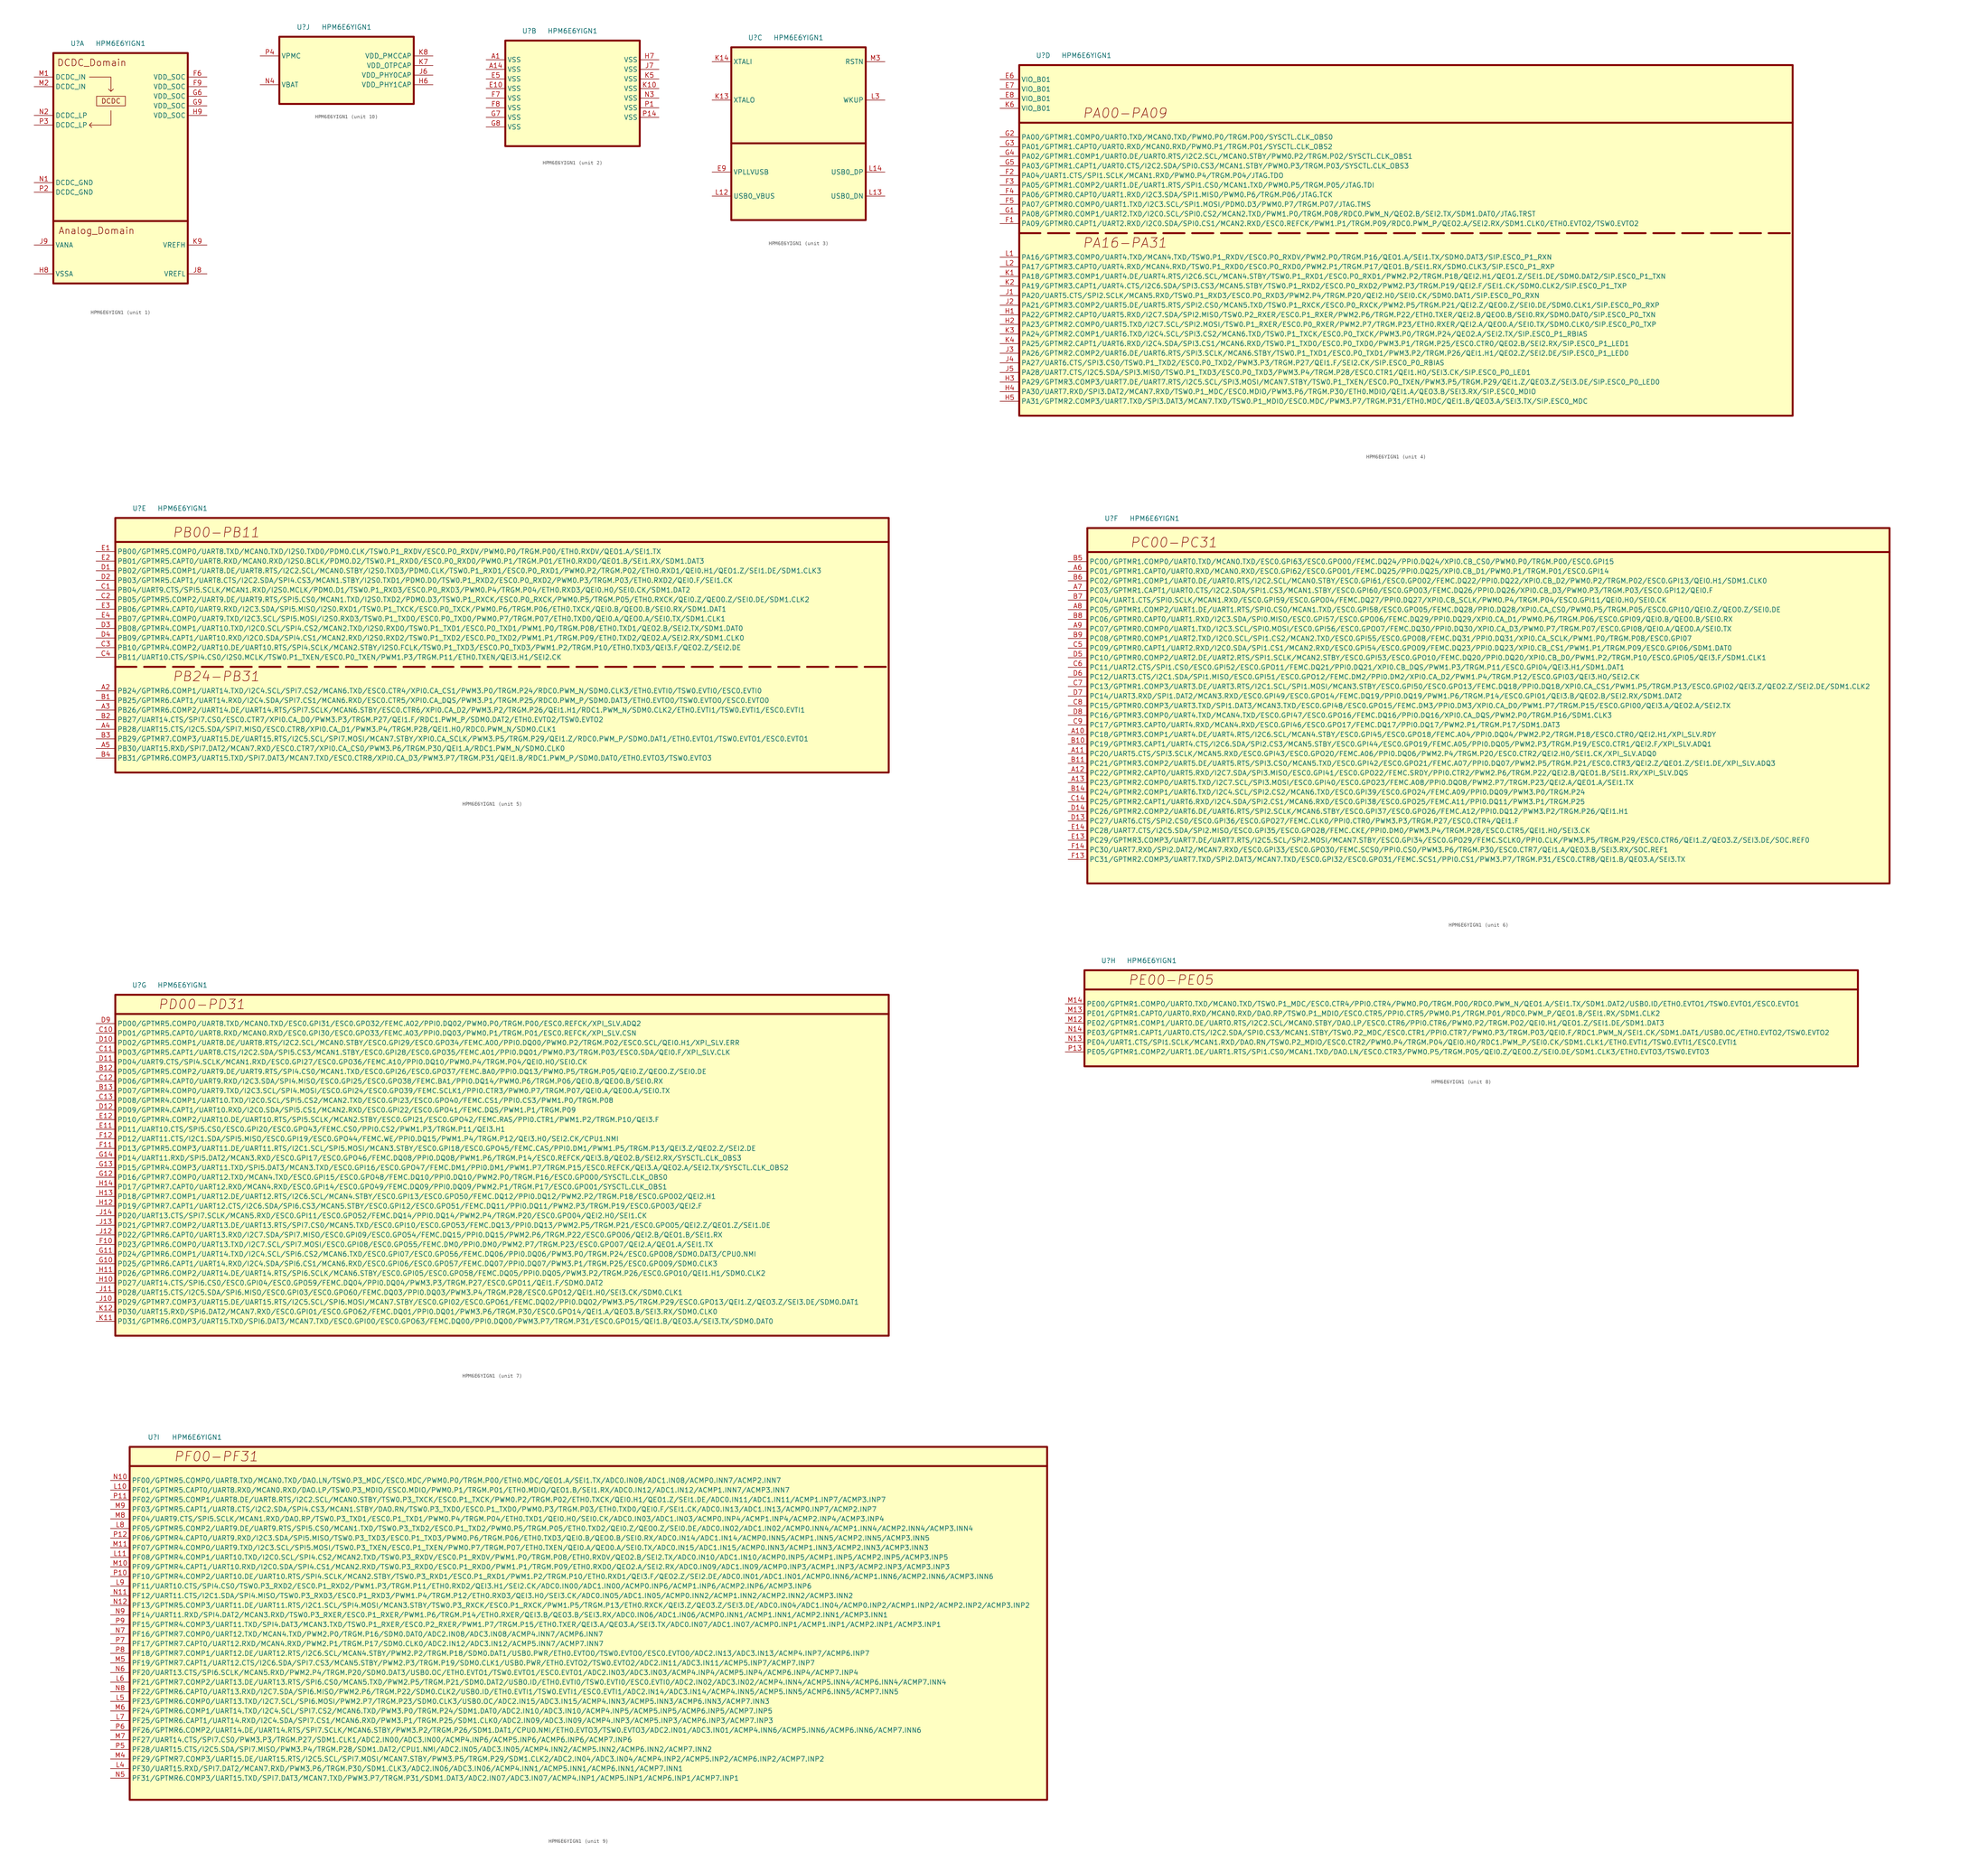
<source format=kicad_sym>
(kicad_symbol_lib
  (version 20220914)
  (generator kicad_symbol_editor)
  (symbol "HPM6E6YIGN1"
    (property "Reference" "U"
      (at 6.35 2.54 0)
      (effects (font (size 1.27 1.27))))
    (property "Value" "HPM6E6YIGN1"
      (at 17.78 2.54 0)
      (effects (font (size 1.27 1.27))))
    (property "ki_locked" ""
      (at 0 0 0)
      (effects (font (size 1.27 1.27))))
    (symbol "HPM6E6YIGN1_1_1"
      (polyline (pts (xy 0 -44.45) (xy 35.56 -44.45)) (stroke (width 0.508) (type default)) (fill (type none)))
      (polyline (pts (xy 9.525 -6.35) (xy 15.24 -6.35) (xy 15.24 -10.16) (xy 14.605 -9.525) (xy 15.24 -10.16) (xy 15.875 -9.525)) (stroke (width 0) (type default)) (fill (type none)))
      (polyline (pts (xy 15.24 -15.24) (xy 15.24 -19.05) (xy 9.525 -19.05) (xy 10.16 -18.415) (xy 9.525 -19.05) (xy 10.16 -19.685)) (stroke (width 0) (type default)) (fill (type none)))
      (rectangle (start 0 0) (end 35.56 -60.96) (stroke (width 0.508) (type default)) (fill (type background)))
      (rectangle (start 11.43 -11.43) (end 19.05 -13.97) (stroke (width 0) (type default)) (fill (type none)))
      (text "Analog_Domain" (at 11.43 -46.99 0) (effects (font (size 1.778 1.778))))
      (text "DCDC" (at 15.24 -12.7 0) (effects (font (size 1.27 1.27))))
      (text "DCDC_Domain" (at 10.16 -2.54 0) (effects (font (size 1.778 1.778))))
      (pin power_in line (at 40.64 -6.35 180) (length 5.08) (name "VDD_SOC" (effects (font (size 1.27 1.27)))) (number "F6" (effects (font (size 1.27 1.27)))))
      (pin power_in line (at 40.64 -8.89 180) (length 5.08) (name "VDD_SOC" (effects (font (size 1.27 1.27)))) (number "F9" (effects (font (size 1.27 1.27)))))
      (pin power_in line (at 40.64 -11.43 180) (length 5.08) (name "VDD_SOC" (effects (font (size 1.27 1.27)))) (number "G6" (effects (font (size 1.27 1.27)))))
      (pin power_in line (at 40.64 -13.97 180) (length 5.08) (name "VDD_SOC" (effects (font (size 1.27 1.27)))) (number "G9" (effects (font (size 1.27 1.27)))))
      (pin power_in line (at -5.08 -58.42 0) (length 5.08) (name "VSSA" (effects (font (size 1.27 1.27)))) (number "H8" (effects (font (size 1.27 1.27)))))
      (pin power_in line (at 40.64 -16.51 180) (length 5.08) (name "VDD_SOC" (effects (font (size 1.27 1.27)))) (number "H9" (effects (font (size 1.27 1.27)))))
      (pin power_in line (at 40.64 -58.42 180) (length 5.08) (name "VREFL" (effects (font (size 1.27 1.27)))) (number "J8" (effects (font (size 1.27 1.27)))))
      (pin power_in line (at -5.08 -50.8 0) (length 5.08) (name "VANA" (effects (font (size 1.27 1.27)))) (number "J9" (effects (font (size 1.27 1.27)))))
      (pin power_in line (at 40.64 -50.8 180) (length 5.08) (name "VREFH" (effects (font (size 1.27 1.27)))) (number "K9" (effects (font (size 1.27 1.27)))))
      (pin power_in line (at -5.08 -6.35 0) (length 5.08) (name "DCDC_IN" (effects (font (size 1.27 1.27)))) (number "M1" (effects (font (size 1.27 1.27)))))
      (pin power_in line (at -5.08 -8.89 0) (length 5.08) (name "DCDC_IN" (effects (font (size 1.27 1.27)))) (number "M2" (effects (font (size 1.27 1.27)))))
      (pin power_in line (at -5.08 -34.29 0) (length 5.08) (name "DCDC_GND" (effects (font (size 1.27 1.27)))) (number "N1" (effects (font (size 1.27 1.27)))))
      (pin power_in line (at -5.08 -16.51 0) (length 5.08) (name "DCDC_LP" (effects (font (size 1.27 1.27)))) (number "N2" (effects (font (size 1.27 1.27)))))
      (pin power_in line (at -5.08 -36.83 0) (length 5.08) (name "DCDC_GND" (effects (font (size 1.27 1.27)))) (number "P2" (effects (font (size 1.27 1.27)))))
      (pin power_in line (at -5.08 -19.05 0) (length 5.08) (name "DCDC_LP" (effects (font (size 1.27 1.27)))) (number "P3" (effects (font (size 1.27 1.27))))))
    (symbol "HPM6E6YIGN1_2_1"
      (rectangle (start 0 0) (end 35.56 -27.94) (stroke (width 0.508) (type default)) (fill (type background)))
      (pin power_in line (at -5.08 -5.08 0) (length 5.08) (name "VSS" (effects (font (size 1.27 1.27)))) (number "A1" (effects (font (size 1.27 1.27)))))
      (pin power_in line (at -5.08 -7.62 0) (length 5.08) (name "VSS" (effects (font (size 1.27 1.27)))) (number "A14" (effects (font (size 1.27 1.27)))))
      (pin power_in line (at -5.08 -12.7 0) (length 5.08) (name "VSS" (effects (font (size 1.27 1.27)))) (number "E10" (effects (font (size 1.27 1.27)))))
      (pin power_in line (at -5.08 -10.16 0) (length 5.08) (name "VSS" (effects (font (size 1.27 1.27)))) (number "E5" (effects (font (size 1.27 1.27)))))
      (pin power_in line (at -5.08 -15.24 0) (length 5.08) (name "VSS" (effects (font (size 1.27 1.27)))) (number "F7" (effects (font (size 1.27 1.27)))))
      (pin power_in line (at -5.08 -17.78 0) (length 5.08) (name "VSS" (effects (font (size 1.27 1.27)))) (number "F8" (effects (font (size 1.27 1.27)))))
      (pin power_in line (at -5.08 -20.32 0) (length 5.08) (name "VSS" (effects (font (size 1.27 1.27)))) (number "G7" (effects (font (size 1.27 1.27)))))
      (pin power_in line (at -5.08 -22.86 0) (length 5.08) (name "VSS" (effects (font (size 1.27 1.27)))) (number "G8" (effects (font (size 1.27 1.27)))))
      (pin power_in line (at 40.64 -5.08 180) (length 5.08) (name "VSS" (effects (font (size 1.27 1.27)))) (number "H7" (effects (font (size 1.27 1.27)))))
      (pin power_in line (at 40.64 -7.62 180) (length 5.08) (name "VSS" (effects (font (size 1.27 1.27)))) (number "J7" (effects (font (size 1.27 1.27)))))
      (pin power_in line (at 40.64 -12.7 180) (length 5.08) (name "VSS" (effects (font (size 1.27 1.27)))) (number "K10" (effects (font (size 1.27 1.27)))))
      (pin power_in line (at 40.64 -10.16 180) (length 5.08) (name "VSS" (effects (font (size 1.27 1.27)))) (number "K5" (effects (font (size 1.27 1.27)))))
      (pin power_in line (at 40.64 -15.24 180) (length 5.08) (name "VSS" (effects (font (size 1.27 1.27)))) (number "N3" (effects (font (size 1.27 1.27)))))
      (pin power_in line (at 40.64 -17.78 180) (length 5.08) (name "VSS" (effects (font (size 1.27 1.27)))) (number "P1" (effects (font (size 1.27 1.27)))))
      (pin power_in line (at 40.64 -20.32 180) (length 5.08) (name "VSS" (effects (font (size 1.27 1.27)))) (number "P14" (effects (font (size 1.27 1.27))))))
    (symbol "HPM6E6YIGN1_3_1"
      (polyline (pts (xy 0 -25.4) (xy 35.56 -25.4)) (stroke (width 0.508) (type default)) (fill (type none)))
      (rectangle (start 0 0) (end 35.56 -45.72) (stroke (width 0.508) (type default)) (fill (type background)))
      (pin input line (at -5.08 -33.02 0) (length 5.08) (name "VPLLVUSB" (effects (font (size 1.27 1.27)))) (number "E9" (effects (font (size 1.27 1.27)))))
      (pin input line (at -5.08 -13.97 0) (length 5.08) (name "XTALO" (effects (font (size 1.27 1.27)))) (number "K13" (effects (font (size 1.27 1.27)))))
      (pin input line (at -5.08 -3.81 0) (length 5.08) (name "XTALI" (effects (font (size 1.27 1.27)))) (number "K14" (effects (font (size 1.27 1.27)))))
      (pin input line (at -5.08 -39.37 0) (length 5.08) (name "USB0_VBUS" (effects (font (size 1.27 1.27)))) (number "L12" (effects (font (size 1.27 1.27)))))
      (pin input line (at 40.64 -39.37 180) (length 5.08) (name "USB0_DN" (effects (font (size 1.27 1.27)))) (number "L13" (effects (font (size 1.27 1.27)))))
      (pin input line (at 40.64 -33.02 180) (length 5.08) (name "USB0_DP" (effects (font (size 1.27 1.27)))) (number "L14" (effects (font (size 1.27 1.27)))))
      (pin input line (at 40.64 -13.97 180) (length 5.08) (name "WKUP" (effects (font (size 1.27 1.27)))) (number "L3" (effects (font (size 1.27 1.27)))))
      (pin input line (at 40.64 -3.81 180) (length 5.08) (name "RSTN" (effects (font (size 1.27 1.27)))) (number "M3" (effects (font (size 1.27 1.27))))))
    (symbol "HPM6E6YIGN1_4_1"
      (polyline (pts (xy 0 -44.45) (xy 204.47 -44.45)) (stroke (width 0.508) (type dash)) (fill (type none)))
      (polyline (pts (xy 0 -15.24) (xy 204.47 -15.24)) (stroke (width 0.508) (type default)) (fill (type none)))
      (rectangle (start 0 0) (end 204.47 -92.71) (stroke (width 0.508) (type default)) (fill (type background)))
      (text "PA00-PA09" (at 27.94 -12.7 0) (effects (font (size 2.54 2.54) italic)))
      (text "PA16-PA31" (at 27.94 -46.99 0) (effects (font (size 2.54 2.54) italic)))
      (pin input line (at -5.08 -3.81 0) (length 5.08) (name "VIO_B01" (effects (font (size 1.27 1.27)))) (number "E6" (effects (font (size 1.27 1.27)))))
      (pin input line (at -5.08 -6.35 0) (length 5.08) (name "VIO_B01" (effects (font (size 1.27 1.27)))) (number "E7" (effects (font (size 1.27 1.27)))))
      (pin input line (at -5.08 -8.89 0) (length 5.08) (name "VIO_B01" (effects (font (size 1.27 1.27)))) (number "E8" (effects (font (size 1.27 1.27)))))
      (pin input line (at -5.08 -41.91 0) (length 5.08) (name "PA09/GPTMR0.CAPT1/UART2.RXD/I2C0.SDA/SPI0.CS1/MCAN2.RXD/ESC0.REFCK/PWM1.P1/TRGM.P09/RDC0.PWM_P/QEO2.A/SEI2.RX/SDM1.CLK0/ETH0.EVTO2/TSW0.EVTO2" (effects (font (size 1.27 1.27)))) (number "F1" (effects (font (size 1.27 1.27)))))
      (pin input line (at -5.08 -29.21 0) (length 5.08) (name "PA04/UART1.CTS/SPI1.SCLK/MCAN1.RXD/PWM0.P4/TRGM.P04/JTAG.TDO" (effects (font (size 1.27 1.27)))) (number "F2" (effects (font (size 1.27 1.27)))))
      (pin input line (at -5.08 -31.75 0) (length 5.08) (name "PA05/GPTMR1.COMP2/UART1.DE/UART1.RTS/SPI1.CS0/MCAN1.TXD/PWM0.P5/TRGM.P05/JTAG.TDI" (effects (font (size 1.27 1.27)))) (number "F3" (effects (font (size 1.27 1.27)))))
      (pin input line (at -5.08 -34.29 0) (length 5.08) (name "PA06/GPTMR0.CAPT0/UART1.RXD/I2C3.SDA/SPI1.MISO/PWM0.P6/TRGM.P06/JTAG.TCK" (effects (font (size 1.27 1.27)))) (number "F4" (effects (font (size 1.27 1.27)))))
      (pin input line (at -5.08 -36.83 0) (length 5.08) (name "PA07/GPTMR0.COMP0/UART1.TXD/I2C3.SCL/SPI1.MOSI/PDM0.D3/PWM0.P7/TRGM.P07/JTAG.TMS" (effects (font (size 1.27 1.27)))) (number "F5" (effects (font (size 1.27 1.27)))))
      (pin input line (at -5.08 -39.37 0) (length 5.08) (name "PA08/GPTMR0.COMP1/UART2.TXD/I2C0.SCL/SPI0.CS2/MCAN2.TXD/PWM1.P0/TRGM.P08/RDC0.PWM_N/QEO2.B/SEI2.TX/SDM1.DAT0/JTAG.TRST" (effects (font (size 1.27 1.27)))) (number "G1" (effects (font (size 1.27 1.27)))))
      (pin input line (at -5.08 -19.05 0) (length 5.08) (name "PA00/GPTMR1.COMP0/UART0.TXD/MCAN0.TXD/PWM0.P0/TRGM.P00/SYSCTL.CLK_OBS0" (effects (font (size 1.27 1.27)))) (number "G2" (effects (font (size 1.27 1.27)))))
      (pin input line (at -5.08 -21.59 0) (length 5.08) (name "PA01/GPTMR1.CAPT0/UART0.RXD/MCAN0.RXD/PWM0.P1/TRGM.P01/SYSCTL.CLK_OBS2" (effects (font (size 1.27 1.27)))) (number "G3" (effects (font (size 1.27 1.27)))))
      (pin input line (at -5.08 -24.13 0) (length 5.08) (name "PA02/GPTMR1.COMP1/UART0.DE/UART0.RTS/I2C2.SCL/MCAN0.STBY/PWM0.P2/TRGM.P02/SYSCTL.CLK_OBS1" (effects (font (size 1.27 1.27)))) (number "G4" (effects (font (size 1.27 1.27)))))
      (pin input line (at -5.08 -26.67 0) (length 5.08) (name "PA03/GPTMR1.CAPT1/UART0.CTS/I2C2.SDA/SPI0.CS3/MCAN1.STBY/PWM0.P3/TRGM.P03/SYSCTL.CLK_OBS3" (effects (font (size 1.27 1.27)))) (number "G5" (effects (font (size 1.27 1.27)))))
      (pin input line (at -5.08 -66.04 0) (length 5.08) (name "PA22/GPTMR2.CAPT0/UART5.RXD/I2C7.SDA/SPI2.MISO/TSW0.P2_RXER/ESC0.P1_RXER/PWM2.P6/TRGM.P22/ETH0.TXER/QEI2.B/QEO0.B/SEI0.RX/SDM0.DAT0/SIP.ESC0_P0_TXN" (effects (font (size 1.27 1.27)))) (number "H1" (effects (font (size 1.27 1.27)))))
      (pin input line (at -5.08 -68.58 0) (length 5.08) (name "PA23/GPTMR2.COMP0/UART5.TXD/I2C7.SCL/SPI2.MOSI/TSW0.P1_RXER/ESC0.P0_RXER/PWM2.P7/TRGM.P23/ETH0.RXER/QEI2.A/QEO0.A/SEI0.TX/SDM0.CLK0/SIP.ESC0_P0_TXP" (effects (font (size 1.27 1.27)))) (number "H2" (effects (font (size 1.27 1.27)))))
      (pin input line (at -5.08 -83.82 0) (length 5.08) (name "PA29/GPTMR3.COMP3/UART7.DE/UART7.RTS/I2C5.SCL/SPI3.MOSI/MCAN7.STBY/TSW0.P1_TXEN/ESC0.P0_TXEN/PWM3.P5/TRGM.P29/QEI1.Z/QEO3.Z/SEI3.DE/SIP.ESC0_P0_LED0" (effects (font (size 1.27 1.27)))) (number "H3" (effects (font (size 1.27 1.27)))))
      (pin input line (at -5.08 -86.36 0) (length 5.08) (name "PA30/UART7.RXD/SPI3.DAT2/MCAN7.RXD/TSW0.P1_MDC/ESC0.MDIO/PWM3.P6/TRGM.P30/ETH0.MDIO/QEI1.A/QEO3.B/SEI3.RX/SIP.ESC0_MDIO" (effects (font (size 1.27 1.27)))) (number "H4" (effects (font (size 1.27 1.27)))))
      (pin input line (at -5.08 -88.9 0) (length 5.08) (name "PA31/GPTMR2.COMP3/UART7.TXD/SPI3.DAT3/MCAN7.TXD/TSW0.P1_MDIO/ESC0.MDC/PWM3.P7/TRGM.P31/ETH0.MDC/QEI1.B/QEO3.A/SEI3.TX/SIP.ESC0_MDC" (effects (font (size 1.27 1.27)))) (number "H5" (effects (font (size 1.27 1.27)))))
      (pin input line (at -5.08 -60.96 0) (length 5.08) (name "PA20/UART5.CTS/SPI2.SCLK/MCAN5.RXD/TSW0.P1_RXD3/ESC0.P0_RXD3/PWM2.P4/TRGM.P20/QEI2.H0/SEI0.CK/SDM0.DAT1/SIP.ESC0_P0_RXN" (effects (font (size 1.27 1.27)))) (number "J1" (effects (font (size 1.27 1.27)))))
      (pin input line (at -5.08 -63.5 0) (length 5.08) (name "PA21/GPTMR3.COMP2/UART5.DE/UART5.RTS/SPI2.CS0/MCAN5.TXD/TSW0.P1_RXCK/ESC0.P0_RXCK/PWM2.P5/TRGM.P21/QEI2.Z/QEO0.Z/SEI0.DE/SDM0.CLK1/SIP.ESC0_P0_RXP" (effects (font (size 1.27 1.27)))) (number "J2" (effects (font (size 1.27 1.27)))))
      (pin input line (at -5.08 -76.2 0) (length 5.08) (name "PA26/GPTMR2.COMP2/UART6.DE/UART6.RTS/SPI3.SCLK/MCAN6.STBY/TSW0.P1_TXD1/ESC0.P0_TXD1/PWM3.P2/TRGM.P26/QEI1.H1/QEO2.Z/SEI2.DE/SIP.ESC0_P1_LED0" (effects (font (size 1.27 1.27)))) (number "J3" (effects (font (size 1.27 1.27)))))
      (pin input line (at -5.08 -78.74 0) (length 5.08) (name "PA27/UART6.CTS/SPI3.CS0/TSW0.P1_TXD2/ESC0.P0_TXD2/PWM3.P3/TRGM.P27/QEI1.F/SEI2.CK/SIP.ESC0_P0_RBIAS" (effects (font (size 1.27 1.27)))) (number "J4" (effects (font (size 1.27 1.27)))))
      (pin input line (at -5.08 -81.28 0) (length 5.08) (name "PA28/UART7.CTS/I2C5.SDA/SPI3.MISO/TSW0.P1_TXD3/ESC0.P0_TXD3/PWM3.P4/TRGM.P28/ESC0.CTR1/QEI1.H0/SEI3.CK/SIP.ESC0_P0_LED1" (effects (font (size 1.27 1.27)))) (number "J5" (effects (font (size 1.27 1.27)))))
      (pin input line (at -5.08 -55.88 0) (length 5.08) (name "PA18/GPTMR3.COMP1/UART4.DE/UART4.RTS/I2C6.SCL/MCAN4.STBY/TSW0.P1_RXD1/ESC0.P0_RXD1/PWM2.P2/TRGM.P18/QEI2.H1/QEO1.Z/SEI1.DE/SDM0.DAT2/SIP.ESC0_P1_TXN" (effects (font (size 1.27 1.27)))) (number "K1" (effects (font (size 1.27 1.27)))))
      (pin input line (at -5.08 -58.42 0) (length 5.08) (name "PA19/GPTMR3.CAPT1/UART4.CTS/I2C6.SDA/SPI3.CS3/MCAN5.STBY/TSW0.P1_RXD2/ESC0.P0_RXD2/PWM2.P3/TRGM.P19/QEI2.F/SEI1.CK/SDM0.CLK2/SIP.ESC0_P1_TXP" (effects (font (size 1.27 1.27)))) (number "K2" (effects (font (size 1.27 1.27)))))
      (pin input line (at -5.08 -71.12 0) (length 5.08) (name "PA24/GPTMR2.COMP1/UART6.TXD/I2C4.SCL/SPI3.CS2/MCAN6.TXD/TSW0.P1_TXCK/ESC0.P0_TXCK/PWM3.P0/TRGM.P24/QEO2.A/SEI2.TX/SIP.ESC0_P1_RBIAS" (effects (font (size 1.27 1.27)))) (number "K3" (effects (font (size 1.27 1.27)))))
      (pin input line (at -5.08 -73.66 0) (length 5.08) (name "PA25/GPTMR2.CAPT1/UART6.RXD/I2C4.SDA/SPI3.CS1/MCAN6.RXD/TSW0.P1_TXD0/ESC0.P0_TXD0/PWM3.P1/TRGM.P25/ESC0.CTR0/QEO2.B/SEI2.RX/SIP.ESC0_P1_LED1" (effects (font (size 1.27 1.27)))) (number "K4" (effects (font (size 1.27 1.27)))))
      (pin input line (at -5.08 -11.43 0) (length 5.08) (name "VIO_B01" (effects (font (size 1.27 1.27)))) (number "K6" (effects (font (size 1.27 1.27)))))
      (pin input line (at -5.08 -50.8 0) (length 5.08) (name "PA16/GPTMR3.COMP0/UART4.TXD/MCAN4.TXD/TSW0.P1_RXDV/ESC0.P0_RXDV/PWM2.P0/TRGM.P16/QEO1.A/SEI1.TX/SDM0.DAT3/SIP.ESC0_P1_RXN" (effects (font (size 1.27 1.27)))) (number "L1" (effects (font (size 1.27 1.27)))))
      (pin input line (at -5.08 -53.34 0) (length 5.08) (name "PA17/GPTMR3.CAPT0/UART4.RXD/MCAN4.RXD/TSW0.P1_RXD0/ESC0.P0_RXD0/PWM2.P1/TRGM.P17/QEO1.B/SEI1.RX/SDM0.CLK3/SIP.ESC0_P1_RXP" (effects (font (size 1.27 1.27)))) (number "L2" (effects (font (size 1.27 1.27))))))
    (symbol "HPM6E6YIGN1_5_1"
      (polyline (pts (xy 0 -39.37) (xy 204.47 -39.37)) (stroke (width 0.508) (type dash)) (fill (type none)))
      (polyline (pts (xy 0 -6.35) (xy 204.47 -6.35)) (stroke (width 0.508) (type solid)) (fill (type none)))
      (rectangle (start 0 0) (end 204.47 -67.31) (stroke (width 0.508) (type default)) (fill (type background)))
      (text "PB00-PB11" (at 26.67 -3.81 0) (effects (font (size 2.54 2.54) italic)))
      (text "PB24-PB31" (at 26.67 -41.91 0) (effects (font (size 2.54 2.54) italic)))
      (pin input line (at -5.08 -45.72 0) (length 5.08) (name "PB24/GPTMR6.COMP1/UART14.TXD/I2C4.SCL/SPI7.CS2/MCAN6.TXD/ESC0.CTR4/XPI0.CA_CS1/PWM3.P0/TRGM.P24/RDC0.PWM_N/SDM0.CLK3/ETH0.EVTI0/TSW0.EVTI0/ESC0.EVTI0" (effects (font (size 1.27 1.27)))) (number "A2" (effects (font (size 1.27 1.27)))))
      (pin input line (at -5.08 -50.8 0) (length 5.08) (name "PB26/GPTMR6.COMP2/UART14.DE/UART14.RTS/SPI7.SCLK/MCAN6.STBY/ESC0.CTR6/XPI0.CA_D2/PWM3.P2/TRGM.P26/QEI1.H1/RDC1.PWM_N/SDM0.CLK2/ETH0.EVTI1/TSW0.EVTI1/ESC0.EVTI1" (effects (font (size 1.27 1.27)))) (number "A3" (effects (font (size 1.27 1.27)))))
      (pin input line (at -5.08 -55.88 0) (length 5.08) (name "PB28/UART15.CTS/I2C5.SDA/SPI7.MISO/ESC0.CTR8/XPI0.CA_D1/PWM3.P4/TRGM.P28/QEI1.H0/RDC0.PWM_N/SDM0.CLK1" (effects (font (size 1.27 1.27)))) (number "A4" (effects (font (size 1.27 1.27)))))
      (pin input line (at -5.08 -60.96 0) (length 5.08) (name "PB30/UART15.RXD/SPI7.DAT2/MCAN7.RXD/ESC0.CTR7/XPI0.CA_CS0/PWM3.P6/TRGM.P30/QEI1.A/RDC1.PWM_N/SDM0.CLK0" (effects (font (size 1.27 1.27)))) (number "A5" (effects (font (size 1.27 1.27)))))
      (pin input line (at -5.08 -48.26 0) (length 5.08) (name "PB25/GPTMR6.CAPT1/UART14.RXD/I2C4.SDA/SPI7.CS1/MCAN6.RXD/ESC0.CTR5/XPI0.CA_DQS/PWM3.P1/TRGM.P25/RDC0.PWM_P/SDM0.DAT3/ETH0.EVTO0/TSW0.EVTO0/ESC0.EVTO0" (effects (font (size 1.27 1.27)))) (number "B1" (effects (font (size 1.27 1.27)))))
      (pin input line (at -5.08 -53.34 0) (length 5.08) (name "PB27/UART14.CTS/SPI7.CS0/ESC0.CTR7/XPI0.CA_D0/PWM3.P3/TRGM.P27/QEI1.F/RDC1.PWM_P/SDM0.DAT2/ETH0.EVTO2/TSW0.EVTO2" (effects (font (size 1.27 1.27)))) (number "B2" (effects (font (size 1.27 1.27)))))
      (pin input line (at -5.08 -58.42 0) (length 5.08) (name "PB29/GPTMR7.COMP3/UART15.DE/UART15.RTS/I2C5.SCL/SPI7.MOSI/MCAN7.STBY/XPI0.CA_SCLK/PWM3.P5/TRGM.P29/QEI1.Z/RDC0.PWM_P/SDM0.DAT1/ETH0.EVTO1/TSW0.EVTO1/ESC0.EVTO1" (effects (font (size 1.27 1.27)))) (number "B3" (effects (font (size 1.27 1.27)))))
      (pin input line (at -5.08 -63.5 0) (length 5.08) (name "PB31/GPTMR6.COMP3/UART15.TXD/SPI7.DAT3/MCAN7.TXD/ESC0.CTR8/XPI0.CA_D3/PWM3.P7/TRGM.P31/QEI1.B/RDC1.PWM_P/SDM0.DAT0/ETH0.EVTO3/TSW0.EVTO3" (effects (font (size 1.27 1.27)))) (number "B4" (effects (font (size 1.27 1.27)))))
      (pin input line (at -5.08 -19.05 0) (length 5.08) (name "PB04/UART9.CTS/SPI5.SCLK/MCAN1.RXD/I2S0.MCLK/PDM0.D1/TSW0.P1_RXD3/ESC0.P0_RXD3/PWM0.P4/TRGM.P04/ETH0.RXD3/QEI0.H0/SEI0.CK/SDM1.DAT2" (effects (font (size 1.27 1.27)))) (number "C1" (effects (font (size 1.27 1.27)))))
      (pin input line (at -5.08 -21.59 0) (length 5.08) (name "PB05/GPTMR5.COMP2/UART9.DE/UART9.RTS/SPI5.CS0/MCAN1.TXD/I2S0.TXD2/PDM0.D3/TSW0.P1_RXCK/ESC0.P0_RXCK/PWM0.P5/TRGM.P05/ETH0.RXCK/QEI0.Z/QEO0.Z/SEI0.DE/SDM1.CLK2" (effects (font (size 1.27 1.27)))) (number "C2" (effects (font (size 1.27 1.27)))))
      (pin input line (at -5.08 -34.29 0) (length 5.08) (name "PB10/GPTMR4.COMP2/UART10.DE/UART10.RTS/SPI4.SCLK/MCAN2.STBY/I2S0.FCLK/TSW0.P1_TXD3/ESC0.P0_TXD3/PWM1.P2/TRGM.P10/ETH0.TXD3/QEI3.F/QEO2.Z/SEI2.DE" (effects (font (size 1.27 1.27)))) (number "C3" (effects (font (size 1.27 1.27)))))
      (pin input line (at -5.08 -36.83 0) (length 5.08) (name "PB11/UART10.CTS/SPI4.CS0/I2S0.MCLK/TSW0.P1_TXEN/ESC0.P0_TXEN/PWM1.P3/TRGM.P11/ETH0.TXEN/QEI3.H1/SEI2.CK" (effects (font (size 1.27 1.27)))) (number "C4" (effects (font (size 1.27 1.27)))))
      (pin input line (at -5.08 -13.97 0) (length 5.08) (name "PB02/GPTMR5.COMP1/UART8.DE/UART8.RTS/I2C2.SCL/MCAN0.STBY/I2S0.TXD3/PDM0.CLK/TSW0.P1_RXD1/ESC0.P0_RXD1/PWM0.P2/TRGM.P02/ETH0.RXD1/QEI0.H1/QEO1.Z/SEI1.DE/SDM1.CLK3" (effects (font (size 1.27 1.27)))) (number "D1" (effects (font (size 1.27 1.27)))))
      (pin input line (at -5.08 -16.51 0) (length 5.08) (name "PB03/GPTMR5.CAPT1/UART8.CTS/I2C2.SDA/SPI4.CS3/MCAN1.STBY/I2S0.TXD1/PDM0.D0/TSW0.P1_RXD2/ESC0.P0_RXD2/PWM0.P3/TRGM.P03/ETH0.RXD2/QEI0.F/SEI1.CK" (effects (font (size 1.27 1.27)))) (number "D2" (effects (font (size 1.27 1.27)))))
      (pin input line (at -5.08 -29.21 0) (length 5.08) (name "PB08/GPTMR4.COMP1/UART10.TXD/I2C0.SCL/SPI4.CS2/MCAN2.TXD/I2S0.RXD0/TSW0.P1_TXD1/ESC0.P0_TXD1/PWM1.P0/TRGM.P08/ETH0.TXD1/QEO2.B/SEI2.TX/SDM1.DAT0" (effects (font (size 1.27 1.27)))) (number "D3" (effects (font (size 1.27 1.27)))))
      (pin input line (at -5.08 -31.75 0) (length 5.08) (name "PB09/GPTMR4.CAPT1/UART10.RXD/I2C0.SDA/SPI4.CS1/MCAN2.RXD/I2S0.RXD2/TSW0.P1_TXD2/ESC0.P0_TXD2/PWM1.P1/TRGM.P09/ETH0.TXD2/QEO2.A/SEI2.RX/SDM1.CLK0" (effects (font (size 1.27 1.27)))) (number "D4" (effects (font (size 1.27 1.27)))))
      (pin input line (at -5.08 -8.89 0) (length 5.08) (name "PB00/GPTMR5.COMP0/UART8.TXD/MCAN0.TXD/I2S0.TXD0/PDM0.CLK/TSW0.P1_RXDV/ESC0.P0_RXDV/PWM0.P0/TRGM.P00/ETH0.RXDV/QEO1.A/SEI1.TX" (effects (font (size 1.27 1.27)))) (number "E1" (effects (font (size 1.27 1.27)))))
      (pin input line (at -5.08 -11.43 0) (length 5.08) (name "PB01/GPTMR5.CAPT0/UART8.RXD/MCAN0.RXD/I2S0.BCLK/PDM0.D2/TSW0.P1_RXD0/ESC0.P0_RXD0/PWM0.P1/TRGM.P01/ETH0.RXD0/QEO1.B/SEI1.RX/SDM1.DAT3" (effects (font (size 1.27 1.27)))) (number "E2" (effects (font (size 1.27 1.27)))))
      (pin input line (at -5.08 -24.13 0) (length 5.08) (name "PB06/GPTMR4.CAPT0/UART9.RXD/I2C3.SDA/SPI5.MISO/I2S0.RXD1/TSW0.P1_TXCK/ESC0.P0_TXCK/PWM0.P6/TRGM.P06/ETH0.TXCK/QEI0.B/QEO0.B/SEI0.RX/SDM1.DAT1" (effects (font (size 1.27 1.27)))) (number "E3" (effects (font (size 1.27 1.27)))))
      (pin input line (at -5.08 -26.67 0) (length 5.08) (name "PB07/GPTMR4.COMP0/UART9.TXD/I2C3.SCL/SPI5.MOSI/I2S0.RXD3/TSW0.P1_TXD0/ESC0.P0_TXD0/PWM0.P7/TRGM.P07/ETH0.TXD0/QEI0.A/QEO0.A/SEI0.TX/SDM1.CLK1" (effects (font (size 1.27 1.27)))) (number "E4" (effects (font (size 1.27 1.27))))))
    (symbol "HPM6E6YIGN1_6_1"
      (polyline (pts (xy 0 -6.35) (xy 212.09 -6.35)) (stroke (width 0.508) (type solid)) (fill (type none)))
      (rectangle (start 0 0) (end 212.09 -93.98) (stroke (width 0.508) (type default)) (fill (type background)))
      (text "PC00-PC31" (at 22.86 -3.81 0) (effects (font (size 2.54 2.54) italic)))
      (pin input line (at -5.08 -54.61 0) (length 5.08) (name "PC18/GPTMR3.COMP1/UART4.DE/UART4.RTS/I2C6.SCL/MCAN4.STBY/ESC0.GPI45/ESC0.GPO18/FEMC.A04/PPI0.DQ04/PWM2.P2/TRGM.P18/ESC0.CTR0/QEI2.H1/XPI_SLV.RDY" (effects (font (size 1.27 1.27)))) (number "A10" (effects (font (size 1.27 1.27)))))
      (pin input line (at -5.08 -59.69 0) (length 5.08) (name "PC20/UART5.CTS/SPI3.SCLK/MCAN5.RXD/ESC0.GPI43/ESC0.GPO20/FEMC.A06/PPI0.DQ06/PWM2.P4/TRGM.P20/ESC0.CTR2/QEI2.H0/SEI1.CK/XPI_SLV.ADQ0" (effects (font (size 1.27 1.27)))) (number "A11" (effects (font (size 1.27 1.27)))))
      (pin input line (at -5.08 -64.77 0) (length 5.08) (name "PC22/GPTMR2.CAPT0/UART5.RXD/I2C7.SDA/SPI3.MISO/ESC0.GPI41/ESC0.GPO22/FEMC.SRDY/PPI0.CTR2/PWM2.P6/TRGM.P22/QEI2.B/QEO1.B/SEI1.RX/XPI_SLV.DQS" (effects (font (size 1.27 1.27)))) (number "A12" (effects (font (size 1.27 1.27)))))
      (pin input line (at -5.08 -67.31 0) (length 5.08) (name "PC23/GPTMR2.COMP0/UART5.TXD/I2C7.SCL/SPI3.MOSI/ESC0.GPI40/ESC0.GPO23/FEMC.A08/PPI0.DQ08/PWM2.P7/TRGM.P23/QEI2.A/QEO1.A/SEI1.TX" (effects (font (size 1.27 1.27)))) (number "A13" (effects (font (size 1.27 1.27)))))
      (pin input line (at -5.08 -11.43 0) (length 5.08) (name "PC01/GPTMR1.CAPT0/UART0.RXD/MCAN0.RXD/ESC0.GPI62/ESC0.GPO01/FEMC.DQ25/PPI0.DQ25/XPI0.CB_D1/PWM0.P1/TRGM.P01/ESC0.GPI14" (effects (font (size 1.27 1.27)))) (number "A6" (effects (font (size 1.27 1.27)))))
      (pin input line (at -5.08 -16.51 0) (length 5.08) (name "PC03/GPTMR1.CAPT1/UART0.CTS/I2C2.SDA/SPI1.CS3/MCAN1.STBY/ESC0.GPI60/ESC0.GPO03/FEMC.DQ26/PPI0.DQ26/XPI0.CB_D3/PWM0.P3/TRGM.P03/ESC0.GPI12/QEI0.F" (effects (font (size 1.27 1.27)))) (number "A7" (effects (font (size 1.27 1.27)))))
      (pin input line (at -5.08 -21.59 0) (length 5.08) (name "PC05/GPTMR1.COMP2/UART1.DE/UART1.RTS/SPI0.CS0/MCAN1.TXD/ESC0.GPI58/ESC0.GPO05/FEMC.DQ28/PPI0.DQ28/XPI0.CA_CS0/PWM0.P5/TRGM.P05/ESC0.GPI10/QEI0.Z/QEO0.Z/SEI0.DE" (effects (font (size 1.27 1.27)))) (number "A8" (effects (font (size 1.27 1.27)))))
      (pin input line (at -5.08 -26.67 0) (length 5.08) (name "PC07/GPTMR0.COMP0/UART1.TXD/I2C3.SCL/SPI0.MOSI/ESC0.GPI56/ESC0.GPO07/FEMC.DQ30/PPI0.DQ30/XPI0.CA_D3/PWM0.P7/TRGM.P07/ESC0.GPI08/QEI0.A/QEO0.A/SEI0.TX" (effects (font (size 1.27 1.27)))) (number "A9" (effects (font (size 1.27 1.27)))))
      (pin input line (at -5.08 -57.15 0) (length 5.08) (name "PC19/GPTMR3.CAPT1/UART4.CTS/I2C6.SDA/SPI2.CS3/MCAN5.STBY/ESC0.GPI44/ESC0.GPO19/FEMC.A05/PPI0.DQ05/PWM2.P3/TRGM.P19/ESC0.CTR1/QEI2.F/XPI_SLV.ADQ1" (effects (font (size 1.27 1.27)))) (number "B10" (effects (font (size 1.27 1.27)))))
      (pin input line (at -5.08 -62.23 0) (length 5.08) (name "PC21/GPTMR3.COMP2/UART5.DE/UART5.RTS/SPI3.CS0/MCAN5.TXD/ESC0.GPI42/ESC0.GPO21/FEMC.A07/PPI0.DQ07/PWM2.P5/TRGM.P21/ESC0.CTR3/QEI2.Z/QEO1.Z/SEI1.DE/XPI_SLV.ADQ3" (effects (font (size 1.27 1.27)))) (number "B11" (effects (font (size 1.27 1.27)))))
      (pin input line (at -5.08 -69.85 0) (length 5.08) (name "PC24/GPTMR2.COMP1/UART6.TXD/I2C4.SCL/SPI2.CS2/MCAN6.TXD/ESC0.GPI39/ESC0.GPO24/FEMC.A09/PPI0.DQ09/PWM3.P0/TRGM.P24" (effects (font (size 1.27 1.27)))) (number "B14" (effects (font (size 1.27 1.27)))))
      (pin input line (at -5.08 -8.89 0) (length 5.08) (name "PC00/GPTMR1.COMP0/UART0.TXD/MCAN0.TXD/ESC0.GPI63/ESC0.GPO00/FEMC.DQ24/PPI0.DQ24/XPI0.CB_CS0/PWM0.P0/TRGM.P00/ESC0.GPI15" (effects (font (size 1.27 1.27)))) (number "B5" (effects (font (size 1.27 1.27)))))
      (pin input line (at -5.08 -13.97 0) (length 5.08) (name "PC02/GPTMR1.COMP1/UART0.DE/UART0.RTS/I2C2.SCL/MCAN0.STBY/ESC0.GPI61/ESC0.GPO02/FEMC.DQ22/PPI0.DQ22/XPI0.CB_D2/PWM0.P2/TRGM.P02/ESC0.GPI13/QEI0.H1/SDM1.CLK0" (effects (font (size 1.27 1.27)))) (number "B6" (effects (font (size 1.27 1.27)))))
      (pin input line (at -5.08 -19.05 0) (length 5.08) (name "PC04/UART1.CTS/SPI0.SCLK/MCAN1.RXD/ESC0.GPI59/ESC0.GPO04/FEMC.DQ27/PPI0.DQ27/XPI0.CB_SCLK/PWM0.P4/TRGM.P04/ESC0.GPI11/QEI0.H0/SEI0.CK" (effects (font (size 1.27 1.27)))) (number "B7" (effects (font (size 1.27 1.27)))))
      (pin input line (at -5.08 -24.13 0) (length 5.08) (name "PC06/GPTMR0.CAPT0/UART1.RXD/I2C3.SDA/SPI0.MISO/ESC0.GPI57/ESC0.GPO06/FEMC.DQ29/PPI0.DQ29/XPI0.CA_D1/PWM0.P6/TRGM.P06/ESC0.GPI09/QEI0.B/QEO0.B/SEI0.RX" (effects (font (size 1.27 1.27)))) (number "B8" (effects (font (size 1.27 1.27)))))
      (pin input line (at -5.08 -29.21 0) (length 5.08) (name "PC08/GPTMR0.COMP1/UART2.TXD/I2C0.SCL/SPI1.CS2/MCAN2.TXD/ESC0.GPI55/ESC0.GPO08/FEMC.DQ31/PPI0.DQ31/XPI0.CA_SCLK/PWM1.P0/TRGM.P08/ESC0.GPI07" (effects (font (size 1.27 1.27)))) (number "B9" (effects (font (size 1.27 1.27)))))
      (pin input line (at -5.08 -72.39 0) (length 5.08) (name "PC25/GPTMR2.CAPT1/UART6.RXD/I2C4.SDA/SPI2.CS1/MCAN6.RXD/ESC0.GPI38/ESC0.GPO25/FEMC.A11/PPI0.DQ11/PWM3.P1/TRGM.P25" (effects (font (size 1.27 1.27)))) (number "C14" (effects (font (size 1.27 1.27)))))
      (pin input line (at -5.08 -31.75 0) (length 5.08) (name "PC09/GPTMR0.CAPT1/UART2.RXD/I2C0.SDA/SPI1.CS1/MCAN2.RXD/ESC0.GPI54/ESC0.GPO09/FEMC.DQ23/PPI0.DQ23/XPI0.CB_CS1/PWM1.P1/TRGM.P09/ESC0.GPI06/SDM1.DAT0" (effects (font (size 1.27 1.27)))) (number "C5" (effects (font (size 1.27 1.27)))))
      (pin input line (at -5.08 -36.83 0) (length 5.08) (name "PC11/UART2.CTS/SPI1.CS0/ESC0.GPI52/ESC0.GPO11/FEMC.DQ21/PPI0.DQ21/XPI0.CB_DQS/PWM1.P3/TRGM.P11/ESC0.GPI04/QEI3.H1/SDM1.DAT1" (effects (font (size 1.27 1.27)))) (number "C6" (effects (font (size 1.27 1.27)))))
      (pin input line (at -5.08 -41.91 0) (length 5.08) (name "PC13/GPTMR1.COMP3/UART3.DE/UART3.RTS/I2C1.SCL/SPI1.MOSI/MCAN3.STBY/ESC0.GPI50/ESC0.GPO13/FEMC.DQ18/PPI0.DQ18/XPI0.CA_CS1/PWM1.P5/TRGM.P13/ESC0.GPI02/QEI3.Z/QEO2.Z/SEI2.DE/SDM1.CLK2" (effects (font (size 1.27 1.27)))) (number "C7" (effects (font (size 1.27 1.27)))))
      (pin input line (at -5.08 -46.99 0) (length 5.08) (name "PC15/GPTMR0.COMP3/UART3.TXD/SPI1.DAT3/MCAN3.TXD/ESC0.GPI48/ESC0.GPO15/FEMC.DM3/PPI0.DM3/XPI0.CA_D0/PWM1.P7/TRGM.P15/ESC0.GPI00/QEI3.A/QEO2.A/SEI2.TX" (effects (font (size 1.27 1.27)))) (number "C8" (effects (font (size 1.27 1.27)))))
      (pin input line (at -5.08 -52.07 0) (length 5.08) (name "PC17/GPTMR3.CAPT0/UART4.RXD/MCAN4.RXD/ESC0.GPI46/ESC0.GPO17/FEMC.DQ17/PPI0.DQ17/PWM2.P1/TRGM.P17/SDM1.DAT3" (effects (font (size 1.27 1.27)))) (number "C9" (effects (font (size 1.27 1.27)))))
      (pin input line (at -5.08 -77.47 0) (length 5.08) (name "PC27/UART6.CTS/SPI2.CS0/ESC0.GPI36/ESC0.GPO27/FEMC.CLK0/PPI0.CTR0/PWM3.P3/TRGM.P27/ESC0.CTR4/QEI1.F" (effects (font (size 1.27 1.27)))) (number "D13" (effects (font (size 1.27 1.27)))))
      (pin input line (at -5.08 -74.93 0) (length 5.08) (name "PC26/GPTMR2.COMP2/UART6.DE/UART6.RTS/SPI2.SCLK/MCAN6.STBY/ESC0.GPI37/ESC0.GPO26/FEMC.A12/PPI0.DQ12/PWM3.P2/TRGM.P26/QEI1.H1" (effects (font (size 1.27 1.27)))) (number "D14" (effects (font (size 1.27 1.27)))))
      (pin input line (at -5.08 -34.29 0) (length 5.08) (name "PC10/GPTMR0.COMP2/UART2.DE/UART2.RTS/SPI1.SCLK/MCAN2.STBY/ESC0.GPI53/ESC0.GPO10/FEMC.DQ20/PPI0.DQ20/XPI0.CB_D0/PWM1.P2/TRGM.P10/ESC0.GPI05/QEI3.F/SDM1.CLK1" (effects (font (size 1.27 1.27)))) (number "D5" (effects (font (size 1.27 1.27)))))
      (pin input line (at -5.08 -39.37 0) (length 5.08) (name "PC12/UART3.CTS/I2C1.SDA/SPI1.MISO/ESC0.GPI51/ESC0.GPO12/FEMC.DM2/PPI0.DM2/XPI0.CA_D2/PWM1.P4/TRGM.P12/ESC0.GPI03/QEI3.H0/SEI2.CK" (effects (font (size 1.27 1.27)))) (number "D6" (effects (font (size 1.27 1.27)))))
      (pin input line (at -5.08 -44.45 0) (length 5.08) (name "PC14/UART3.RXD/SPI1.DAT2/MCAN3.RXD/ESC0.GPI49/ESC0.GPO14/FEMC.DQ19/PPI0.DQ19/PWM1.P6/TRGM.P14/ESC0.GPI01/QEI3.B/QEO2.B/SEI2.RX/SDM1.DAT2" (effects (font (size 1.27 1.27)))) (number "D7" (effects (font (size 1.27 1.27)))))
      (pin input line (at -5.08 -49.53 0) (length 5.08) (name "PC16/GPTMR3.COMP0/UART4.TXD/MCAN4.TXD/ESC0.GPI47/ESC0.GPO16/FEMC.DQ16/PPI0.DQ16/XPI0.CA_DQS/PWM2.P0/TRGM.P16/SDM1.CLK3" (effects (font (size 1.27 1.27)))) (number "D8" (effects (font (size 1.27 1.27)))))
      (pin input line (at -5.08 -82.55 0) (length 5.08) (name "PC29/GPTMR3.COMP3/UART7.DE/UART7.RTS/I2C5.SCL/SPI2.MOSI/MCAN7.STBY/ESC0.GPI34/ESC0.GPO29/FEMC.SCLK0/PPI0.CLK/PWM3.P5/TRGM.P29/ESC0.CTR6/QEI1.Z/QEO3.Z/SEI3.DE/SOC.REF0" (effects (font (size 1.27 1.27)))) (number "E13" (effects (font (size 1.27 1.27)))))
      (pin input line (at -5.08 -80.01 0) (length 5.08) (name "PC28/UART7.CTS/I2C5.SDA/SPI2.MISO/ESC0.GPI35/ESC0.GPO28/FEMC.CKE/PPI0.DM0/PWM3.P4/TRGM.P28/ESC0.CTR5/QEI1.H0/SEI3.CK" (effects (font (size 1.27 1.27)))) (number "E14" (effects (font (size 1.27 1.27)))))
      (pin input line (at -5.08 -87.63 0) (length 5.08) (name "PC31/GPTMR2.COMP3/UART7.TXD/SPI2.DAT3/MCAN7.TXD/ESC0.GPI32/ESC0.GPO31/FEMC.SCS1/PPI0.CS1/PWM3.P7/TRGM.P31/ESC0.CTR8/QEI1.B/QEO3.A/SEI3.TX" (effects (font (size 1.27 1.27)))) (number "F13" (effects (font (size 1.27 1.27)))))
      (pin input line (at -5.08 -85.09 0) (length 5.08) (name "PC30/UART7.RXD/SPI2.DAT2/MCAN7.RXD/ESC0.GPI33/ESC0.GPO30/FEMC.SCS0/PPI0.CS0/PWM3.P6/TRGM.P30/ESC0.CTR7/QEI1.A/QEO3.B/SEI3.RX/SOC.REF1" (effects (font (size 1.27 1.27)))) (number "F14" (effects (font (size 1.27 1.27))))))
    (symbol "HPM6E6YIGN1_7_1"
      (polyline (pts (xy 0 -5.08) (xy 204.47 -5.08)) (stroke (width 0.508) (type solid)) (fill (type none)))
      (rectangle (start 0 0) (end 204.47 -90.17) (stroke (width 0.508) (type default)) (fill (type background)))
      (text "PD00-PD31" (at 22.86 -2.54 0) (effects (font (size 2.54 2.54) italic)))
      (pin input line (at -5.08 -20.32 0) (length 5.08) (name "PD05/GPTMR5.COMP2/UART9.DE/UART9.RTS/SPI4.CS0/MCAN1.TXD/ESC0.GPI26/ESC0.GPO37/FEMC.BA0/PPI0.DQ13/PWM0.P5/TRGM.P05/QEI0.Z/QEO0.Z/SEI0.DE" (effects (font (size 1.27 1.27)))) (number "B12" (effects (font (size 1.27 1.27)))))
      (pin input line (at -5.08 -25.4 0) (length 5.08) (name "PD07/GPTMR4.COMP0/UART9.TXD/I2C3.SCL/SPI4.MOSI/ESC0.GPI24/ESC0.GPO39/FEMC.SCLK1/PPI0.CTR3/PWM0.P7/TRGM.P07/QEI0.A/QEO0.A/SEI0.TX" (effects (font (size 1.27 1.27)))) (number "B13" (effects (font (size 1.27 1.27)))))
      (pin input line (at -5.08 -10.16 0) (length 5.08) (name "PD01/GPTMR5.CAPT0/UART8.RXD/MCAN0.RXD/ESC0.GPI30/ESC0.GPO33/FEMC.A03/PPI0.DQ03/PWM0.P1/TRGM.P01/ESC0.REFCK/XPI_SLV.CSN" (effects (font (size 1.27 1.27)))) (number "C10" (effects (font (size 1.27 1.27)))))
      (pin input line (at -5.08 -15.24 0) (length 5.08) (name "PD03/GPTMR5.CAPT1/UART8.CTS/I2C2.SDA/SPI5.CS3/MCAN1.STBY/ESC0.GPI28/ESC0.GPO35/FEMC.A01/PPI0.DQ01/PWM0.P3/TRGM.P03/ESC0.SDA/QEI0.F/XPI_SLV.CLK" (effects (font (size 1.27 1.27)))) (number "C11" (effects (font (size 1.27 1.27)))))
      (pin input line (at -5.08 -22.86 0) (length 5.08) (name "PD06/GPTMR4.CAPT0/UART9.RXD/I2C3.SDA/SPI4.MISO/ESC0.GPI25/ESC0.GPO38/FEMC.BA1/PPI0.DQ14/PWM0.P6/TRGM.P06/QEI0.B/QEO0.B/SEI0.RX" (effects (font (size 1.27 1.27)))) (number "C12" (effects (font (size 1.27 1.27)))))
      (pin input line (at -5.08 -27.94 0) (length 5.08) (name "PD08/GPTMR4.COMP1/UART10.TXD/I2C0.SCL/SPI5.CS2/MCAN2.TXD/ESC0.GPI23/ESC0.GPO40/FEMC.CS1/PPI0.CS3/PWM1.P0/TRGM.P08" (effects (font (size 1.27 1.27)))) (number "C13" (effects (font (size 1.27 1.27)))))
      (pin input line (at -5.08 -12.7 0) (length 5.08) (name "PD02/GPTMR5.COMP1/UART8.DE/UART8.RTS/I2C2.SCL/MCAN0.STBY/ESC0.GPI29/ESC0.GPO34/FEMC.A00/PPI0.DQ00/PWM0.P2/TRGM.P02/ESC0.SCL/QEI0.H1/XPI_SLV.ERR" (effects (font (size 1.27 1.27)))) (number "D10" (effects (font (size 1.27 1.27)))))
      (pin input line (at -5.08 -17.78 0) (length 5.08) (name "PD04/UART9.CTS/SPI4.SCLK/MCAN1.RXD/ESC0.GPI27/ESC0.GPO36/FEMC.A10/PPI0.DQ10/PWM0.P4/TRGM.P04/QEI0.H0/SEI0.CK" (effects (font (size 1.27 1.27)))) (number "D11" (effects (font (size 1.27 1.27)))))
      (pin input line (at -5.08 -30.48 0) (length 5.08) (name "PD09/GPTMR4.CAPT1/UART10.RXD/I2C0.SDA/SPI5.CS1/MCAN2.RXD/ESC0.GPI22/ESC0.GPO41/FEMC.DQS/PWM1.P1/TRGM.P09" (effects (font (size 1.27 1.27)))) (number "D12" (effects (font (size 1.27 1.27)))))
      (pin input line (at -5.08 -7.62 0) (length 5.08) (name "PD00/GPTMR5.COMP0/UART8.TXD/MCAN0.TXD/ESC0.GPI31/ESC0.GPO32/FEMC.A02/PPI0.DQ02/PWM0.P0/TRGM.P00/ESC0.REFCK/XPI_SLV.ADQ2" (effects (font (size 1.27 1.27)))) (number "D9" (effects (font (size 1.27 1.27)))))
      (pin input line (at -5.08 -35.56 0) (length 5.08) (name "PD11/UART10.CTS/SPI5.CS0/ESC0.GPI20/ESC0.GPO43/FEMC.CS0/PPI0.CS2/PWM1.P3/TRGM.P11/QEI3.H1" (effects (font (size 1.27 1.27)))) (number "E11" (effects (font (size 1.27 1.27)))))
      (pin input line (at -5.08 -33.02 0) (length 5.08) (name "PD10/GPTMR4.COMP2/UART10.DE/UART10.RTS/SPI5.SCLK/MCAN2.STBY/ESC0.GPI21/ESC0.GPO42/FEMC.RAS/PPI0.CTR1/PWM1.P2/TRGM.P10/QEI3.F" (effects (font (size 1.27 1.27)))) (number "E12" (effects (font (size 1.27 1.27)))))
      (pin input line (at -5.08 -66.04 0) (length 5.08) (name "PD23/GPTMR6.COMP0/UART13.TXD/I2C7.SCL/SPI7.MOSI/ESC0.GPI08/ESC0.GPO55/FEMC.DM0/PPI0.DM0/PWM2.P7/TRGM.P23/ESC0.GPO07/QEI2.A/QEO1.A/SEI1.TX" (effects (font (size 1.27 1.27)))) (number "F10" (effects (font (size 1.27 1.27)))))
      (pin input line (at -5.08 -40.64 0) (length 5.08) (name "PD13/GPTMR5.COMP3/UART11.DE/UART11.RTS/I2C1.SCL/SPI5.MOSI/MCAN3.STBY/ESC0.GPI18/ESC0.GPO45/FEMC.CAS/PPI0.DM1/PWM1.P5/TRGM.P13/QEI3.Z/QEO2.Z/SEI2.DE" (effects (font (size 1.27 1.27)))) (number "F11" (effects (font (size 1.27 1.27)))))
      (pin input line (at -5.08 -38.1 0) (length 5.08) (name "PD12/UART11.CTS/I2C1.SDA/SPI5.MISO/ESC0.GPI19/ESC0.GPO44/FEMC.WE/PPI0.DQ15/PWM1.P4/TRGM.P12/QEI3.H0/SEI2.CK/CPU1.NMI" (effects (font (size 1.27 1.27)))) (number "F12" (effects (font (size 1.27 1.27)))))
      (pin input line (at -5.08 -71.12 0) (length 5.08) (name "PD25/GPTMR6.CAPT1/UART14.RXD/I2C4.SDA/SPI6.CS1/MCAN6.RXD/ESC0.GPI06/ESC0.GPO57/FEMC.DQ07/PPI0.DQ07/PWM3.P1/TRGM.P25/ESC0.GPO09/SDM0.CLK3" (effects (font (size 1.27 1.27)))) (number "G10" (effects (font (size 1.27 1.27)))))
      (pin input line (at -5.08 -68.58 0) (length 5.08) (name "PD24/GPTMR6.COMP1/UART14.TXD/I2C4.SCL/SPI6.CS2/MCAN6.TXD/ESC0.GPI07/ESC0.GPO56/FEMC.DQ06/PPI0.DQ06/PWM3.P0/TRGM.P24/ESC0.GPO08/SDM0.DAT3/CPU0.NMI" (effects (font (size 1.27 1.27)))) (number "G11" (effects (font (size 1.27 1.27)))))
      (pin input line (at -5.08 -48.26 0) (length 5.08) (name "PD16/GPTMR7.COMP0/UART12.TXD/MCAN4.TXD/ESC0.GPI15/ESC0.GPO48/FEMC.DQ10/PPI0.DQ10/PWM2.P0/TRGM.P16/ESC0.GPO00/SYSCTL.CLK_OBS0" (effects (font (size 1.27 1.27)))) (number "G12" (effects (font (size 1.27 1.27)))))
      (pin input line (at -5.08 -45.72 0) (length 5.08) (name "PD15/GPTMR4.COMP3/UART11.TXD/SPI5.DAT3/MCAN3.TXD/ESC0.GPI16/ESC0.GPO47/FEMC.DM1/PPI0.DM1/PWM1.P7/TRGM.P15/ESC0.REFCK/QEI3.A/QEO2.A/SEI2.TX/SYSCTL.CLK_OBS2" (effects (font (size 1.27 1.27)))) (number "G13" (effects (font (size 1.27 1.27)))))
      (pin input line (at -5.08 -43.18 0) (length 5.08) (name "PD14/UART11.RXD/SPI5.DAT2/MCAN3.RXD/ESC0.GPI17/ESC0.GPO46/FEMC.DQ08/PPI0.DQ08/PWM1.P6/TRGM.P14/ESC0.REFCK/QEI3.B/QEO2.B/SEI2.RX/SYSCTL.CLK_OBS3" (effects (font (size 1.27 1.27)))) (number "G14" (effects (font (size 1.27 1.27)))))
      (pin input line (at -5.08 -76.2 0) (length 5.08) (name "PD27/UART14.CTS/SPI6.CS0/ESC0.GPI04/ESC0.GPO59/FEMC.DQ04/PPI0.DQ04/PWM3.P3/TRGM.P27/ESC0.GPO11/QEI1.F/SDM0.DAT2" (effects (font (size 1.27 1.27)))) (number "H10" (effects (font (size 1.27 1.27)))))
      (pin input line (at -5.08 -73.66 0) (length 5.08) (name "PD26/GPTMR6.COMP2/UART14.DE/UART14.RTS/SPI6.SCLK/MCAN6.STBY/ESC0.GPI05/ESC0.GPO58/FEMC.DQ05/PPI0.DQ05/PWM3.P2/TRGM.P26/ESC0.GPO10/QEI1.H1/SDM0.CLK2" (effects (font (size 1.27 1.27)))) (number "H11" (effects (font (size 1.27 1.27)))))
      (pin input line (at -5.08 -55.88 0) (length 5.08) (name "PD19/GPTMR7.CAPT1/UART12.CTS/I2C6.SDA/SPI6.CS3/MCAN5.STBY/ESC0.GPI12/ESC0.GPO51/FEMC.DQ11/PPI0.DQ11/PWM2.P3/TRGM.P19/ESC0.GPO03/QEI2.F" (effects (font (size 1.27 1.27)))) (number "H12" (effects (font (size 1.27 1.27)))))
      (pin input line (at -5.08 -53.34 0) (length 5.08) (name "PD18/GPTMR7.COMP1/UART12.DE/UART12.RTS/I2C6.SCL/MCAN4.STBY/ESC0.GPI13/ESC0.GPO50/FEMC.DQ12/PPI0.DQ12/PWM2.P2/TRGM.P18/ESC0.GPO02/QEI2.H1" (effects (font (size 1.27 1.27)))) (number "H13" (effects (font (size 1.27 1.27)))))
      (pin input line (at -5.08 -50.8 0) (length 5.08) (name "PD17/GPTMR7.CAPT0/UART12.RXD/MCAN4.RXD/ESC0.GPI14/ESC0.GPO49/FEMC.DQ09/PPI0.DQ09/PWM2.P1/TRGM.P17/ESC0.GPO01/SYSCTL.CLK_OBS1" (effects (font (size 1.27 1.27)))) (number "H14" (effects (font (size 1.27 1.27)))))
      (pin input line (at -5.08 -81.28 0) (length 5.08) (name "PD29/GPTMR7.COMP3/UART15.DE/UART15.RTS/I2C5.SCL/SPI6.MOSI/MCAN7.STBY/ESC0.GPI02/ESC0.GPO61/FEMC.DQ02/PPI0.DQ02/PWM3.P5/TRGM.P29/ESC0.GPO13/QEI1.Z/QEO3.Z/SEI3.DE/SDM0.DAT1" (effects (font (size 1.27 1.27)))) (number "J10" (effects (font (size 1.27 1.27)))))
      (pin input line (at -5.08 -78.74 0) (length 5.08) (name "PD28/UART15.CTS/I2C5.SDA/SPI6.MISO/ESC0.GPI03/ESC0.GPO60/FEMC.DQ03/PPI0.DQ03/PWM3.P4/TRGM.P28/ESC0.GPO12/QEI1.H0/SEI3.CK/SDM0.CLK1" (effects (font (size 1.27 1.27)))) (number "J11" (effects (font (size 1.27 1.27)))))
      (pin input line (at -5.08 -63.5 0) (length 5.08) (name "PD22/GPTMR6.CAPT0/UART13.RXD/I2C7.SDA/SPI7.MISO/ESC0.GPI09/ESC0.GPO54/FEMC.DQ15/PPI0.DQ15/PWM2.P6/TRGM.P22/ESC0.GPO06/QEI2.B/QEO1.B/SEI1.RX" (effects (font (size 1.27 1.27)))) (number "J12" (effects (font (size 1.27 1.27)))))
      (pin input line (at -5.08 -60.96 0) (length 5.08) (name "PD21/GPTMR7.COMP2/UART13.DE/UART13.RTS/SPI7.CS0/MCAN5.TXD/ESC0.GPI10/ESC0.GPO53/FEMC.DQ13/PPI0.DQ13/PWM2.P5/TRGM.P21/ESC0.GPO05/QEI2.Z/QEO1.Z/SEI1.DE" (effects (font (size 1.27 1.27)))) (number "J13" (effects (font (size 1.27 1.27)))))
      (pin input line (at -5.08 -58.42 0) (length 5.08) (name "PD20/UART13.CTS/SPI7.SCLK/MCAN5.RXD/ESC0.GPI11/ESC0.GPO52/FEMC.DQ14/PPI0.DQ14/PWM2.P4/TRGM.P20/ESC0.GPO04/QEI2.H0/SEI1.CK" (effects (font (size 1.27 1.27)))) (number "J14" (effects (font (size 1.27 1.27)))))
      (pin input line (at -5.08 -86.36 0) (length 5.08) (name "PD31/GPTMR6.COMP3/UART15.TXD/SPI6.DAT3/MCAN7.TXD/ESC0.GPI00/ESC0.GPO63/FEMC.DQ00/PPI0.DQ00/PWM3.P7/TRGM.P31/ESC0.GPO15/QEI1.B/QEO3.A/SEI3.TX/SDM0.DAT0" (effects (font (size 1.27 1.27)))) (number "K11" (effects (font (size 1.27 1.27)))))
      (pin input line (at -5.08 -83.82 0) (length 5.08) (name "PD30/UART15.RXD/SPI6.DAT2/MCAN7.RXD/ESC0.GPI01/ESC0.GPO62/FEMC.DQ01/PPI0.DQ01/PWM3.P6/TRGM.P30/ESC0.GPO14/QEI1.A/QEO3.B/SEI3.RX/SDM0.CLK0" (effects (font (size 1.27 1.27)))) (number "K12" (effects (font (size 1.27 1.27))))))
    (symbol "HPM6E6YIGN1_8_1"
      (polyline (pts (xy 0 -5.08) (xy 204.47 -5.08)) (stroke (width 0.508) (type solid)) (fill (type none)))
      (rectangle (start 0 0) (end 204.47 -25.4) (stroke (width 0.508) (type default)) (fill (type background)))
      (text "PE00-PE05" (at 22.86 -2.54 0) (effects (font (size 2.54 2.54) italic)))
      (pin input line (at -5.08 -13.97 0) (length 5.08) (name "PE02/GPTMR1.COMP1/UART0.DE/UART0.RTS/I2C2.SCL/MCAN0.STBY/DAO.LP/ESC0.CTR6/PPI0.CTR6/PWM0.P2/TRGM.P02/QEI0.H1/QEO1.Z/SEI1.DE/SDM1.DAT3" (effects (font (size 1.27 1.27)))) (number "M12" (effects (font (size 1.27 1.27)))))
      (pin input line (at -5.08 -11.43 0) (length 5.08) (name "PE01/GPTMR1.CAPT0/UART0.RXD/MCAN0.RXD/DAO.RP/TSW0.P1_MDIO/ESC0.CTR5/PPI0.CTR5/PWM0.P1/TRGM.P01/RDC0.PWM_P/QEO1.B/SEI1.RX/SDM1.CLK2" (effects (font (size 1.27 1.27)))) (number "M13" (effects (font (size 1.27 1.27)))))
      (pin input line (at -5.08 -8.89 0) (length 5.08) (name "PE00/GPTMR1.COMP0/UART0.TXD/MCAN0.TXD/TSW0.P1_MDC/ESC0.CTR4/PPI0.CTR4/PWM0.P0/TRGM.P00/RDC0.PWM_N/QEO1.A/SEI1.TX/SDM1.DAT2/USB0.ID/ETH0.EVTO1/TSW0.EVTO1/ESC0.EVTO1" (effects (font (size 1.27 1.27)))) (number "M14" (effects (font (size 1.27 1.27)))))
      (pin input line (at -5.08 -19.05 0) (length 5.08) (name "PE04/UART1.CTS/SPI1.SCLK/MCAN1.RXD/DAO.RN/TSW0.P2_MDIO/ESC0.CTR2/PWM0.P4/TRGM.P04/QEI0.H0/RDC1.PWM_P/SEI0.CK/SDM1.CLK1/ETH0.EVTI1/TSW0.EVTI1/ESC0.EVTI1" (effects (font (size 1.27 1.27)))) (number "N13" (effects (font (size 1.27 1.27)))))
      (pin input line (at -5.08 -16.51 0) (length 5.08) (name "PE03/GPTMR1.CAPT1/UART0.CTS/I2C2.SDA/SPI0.CS3/MCAN1.STBY/TSW0.P2_MDC/ESC0.CTR1/PPI0.CTR7/PWM0.P3/TRGM.P03/QEI0.F/RDC1.PWM_N/SEI1.CK/SDM1.DAT1/USB0.OC/ETH0.EVTO2/TSW0.EVTO2" (effects (font (size 1.27 1.27)))) (number "N14" (effects (font (size 1.27 1.27)))))
      (pin input line (at -5.08 -21.59 0) (length 5.08) (name "PE05/GPTMR1.COMP2/UART1.DE/UART1.RTS/SPI1.CS0/MCAN1.TXD/DAO.LN/ESC0.CTR3/PWM0.P5/TRGM.P05/QEI0.Z/QEO0.Z/SEI0.DE/SDM1.CLK3/ETH0.EVTO3/TSW0.EVTO3" (effects (font (size 1.27 1.27)))) (number "P13" (effects (font (size 1.27 1.27))))))
    (symbol "HPM6E6YIGN1_9_1"
      (polyline (pts (xy 0 -5.08) (xy 242.57 -5.08)) (stroke (width 0.508) (type solid)) (fill (type none)))
      (rectangle (start 0 0) (end 242.57 -93.345) (stroke (width 0.508) (type default)) (fill (type background)))
      (text "PF00-PF31" (at 22.86 -2.54 0) (effects (font (size 2.54 2.54) italic)))
      (pin input line (at -5.08 -11.43 0) (length 5.08) (name "PF01/GPTMR5.CAPT0/UART8.RXD/MCAN0.RXD/DAO.LP/TSW0.P3_MDIO/ESC0.MDIO/PWM0.P1/TRGM.P01/ETH0.MDIO/QEO1.B/SEI1.RX/ADC0.IN12/ADC1.IN12/ACMP1.INN7/ACMP3.INN7" (effects (font (size 1.27 1.27)))) (number "L10" (effects (font (size 1.27 1.27)))))
      (pin input line (at -5.08 -29.21 0) (length 5.08) (name "PF08/GPTMR4.COMP1/UART10.TXD/I2C0.SCL/SPI4.CS2/MCAN2.TXD/TSW0.P3_RXDV/ESC0.P1_RXDV/PWM1.P0/TRGM.P08/ETH0.RXDV/QEO2.B/SEI2.TX/ADC0.IN10/ADC1.IN10/ACMP0.INP5/ACMP1.INP5/ACMP2.INP5/ACMP3.INP5" (effects (font (size 1.27 1.27)))) (number "L11" (effects (font (size 1.27 1.27)))))
      (pin input line (at -5.08 -85.09 0) (length 5.08) (name "PF30/UART15.RXD/SPI7.DAT2/MCAN7.RXD/PWM3.P6/TRGM.P30/SDM1.CLK3/ADC2.IN06/ADC3.IN06/ACMP4.INN1/ACMP5.INN1/ACMP6.INN1/ACMP7.INN1" (effects (font (size 1.27 1.27)))) (number "L4" (effects (font (size 1.27 1.27)))))
      (pin input line (at -5.08 -67.31 0) (length 5.08) (name "PF23/GPTMR6.COMP0/UART13.TXD/I2C7.SCL/SPI6.MOSI/PWM2.P7/TRGM.P23/SDM0.CLK3/USB0.OC/ADC2.IN15/ADC3.IN15/ACMP4.INN3/ACMP5.INN3/ACMP6.INN3/ACMP7.INN3" (effects (font (size 1.27 1.27)))) (number "L5" (effects (font (size 1.27 1.27)))))
      (pin input line (at -5.08 -62.23 0) (length 5.08) (name "PF21/GPTMR7.COMP2/UART13.DE/UART13.RTS/SPI6.CS0/MCAN5.TXD/PWM2.P5/TRGM.P21/SDM0.DAT2/USB0.ID/ETH0.EVTI0/TSW0.EVTI0/ESC0.EVTI0/ADC2.IN02/ADC3.IN02/ACMP4.INN4/ACMP5.INN4/ACMP6.INN4/ACMP7.INN4" (effects (font (size 1.27 1.27)))) (number "L6" (effects (font (size 1.27 1.27)))))
      (pin input line (at -5.08 -72.39 0) (length 5.08) (name "PF25/GPTMR6.CAPT1/UART14.RXD/I2C4.SDA/SPI7.CS1/MCAN6.RXD/PWM3.P1/TRGM.P25/SDM1.CLK0/ADC2.IN09/ADC3.IN09/ACMP4.INP3/ACMP5.INP3/ACMP6.INP3/ACMP7.INP3" (effects (font (size 1.27 1.27)))) (number "L7" (effects (font (size 1.27 1.27)))))
      (pin input line (at -5.08 -21.59 0) (length 5.08) (name "PF05/GPTMR5.COMP2/UART9.DE/UART9.RTS/SPI5.CS0/MCAN1.TXD/TSW0.P3_TXD2/ESC0.P1_TXD2/PWM0.P5/TRGM.P05/ETH0.TXD2/QEI0.Z/QEO0.Z/SEI0.DE/ADC0.IN02/ADC1.IN02/ACMP0.INN4/ACMP1.INN4/ACMP2.INN4/ACMP3.INN4" (effects (font (size 1.27 1.27)))) (number "L8" (effects (font (size 1.27 1.27)))))
      (pin input line (at -5.08 -36.83 0) (length 5.08) (name "PF11/UART10.CTS/SPI4.CS0/TSW0.P3_RXD2/ESC0.P1_RXD2/PWM1.P3/TRGM.P11/ETH0.RXD2/QEI3.H1/SEI2.CK/ADC0.IN00/ADC1.IN00/ACMP0.INP6/ACMP1.INP6/ACMP2.INP6/ACMP3.INP6" (effects (font (size 1.27 1.27)))) (number "L9" (effects (font (size 1.27 1.27)))))
      (pin input line (at -5.08 -31.75 0) (length 5.08) (name "PF09/GPTMR4.CAPT1/UART10.RXD/I2C0.SDA/SPI4.CS1/MCAN2.RXD/TSW0.P3_RXD0/ESC0.P1_RXD0/PWM1.P1/TRGM.P09/ETH0.RXD0/QEO2.A/SEI2.RX/ADC0.IN09/ADC1.IN09/ACMP0.INP3/ACMP1.INP3/ACMP2.INP3/ACMP3.INP3" (effects (font (size 1.27 1.27)))) (number "M10" (effects (font (size 1.27 1.27)))))
      (pin input line (at -5.08 -26.67 0) (length 5.08) (name "PF07/GPTMR4.COMP0/UART9.TXD/I2C3.SCL/SPI5.MOSI/TSW0.P3_TXEN/ESC0.P1_TXEN/PWM0.P7/TRGM.P07/ETH0.TXEN/QEI0.A/QEO0.A/SEI0.TX/ADC0.IN15/ADC1.IN15/ACMP0.INN3/ACMP1.INN3/ACMP2.INN3/ACMP3.INN3" (effects (font (size 1.27 1.27)))) (number "M11" (effects (font (size 1.27 1.27)))))
      (pin input line (at -5.08 -82.55 0) (length 5.08) (name "PF29/GPTMR7.COMP3/UART15.DE/UART15.RTS/I2C5.SCL/SPI7.MOSI/MCAN7.STBY/PWM3.P5/TRGM.P29/SDM1.CLK2/ADC2.IN04/ADC3.IN04/ACMP4.INP2/ACMP5.INP2/ACMP6.INP2/ACMP7.INP2" (effects (font (size 1.27 1.27)))) (number "M4" (effects (font (size 1.27 1.27)))))
      (pin input line (at -5.08 -57.15 0) (length 5.08) (name "PF19/GPTMR7.CAPT1/UART12.CTS/I2C6.SDA/SPI7.CS3/MCAN5.STBY/PWM2.P3/TRGM.P19/SDM0.CLK1/USB0.PWR/ETH0.EVTO2/TSW0.EVTO2/ADC2.IN11/ADC3.IN11/ACMP5.INP7/ACMP7.INP7" (effects (font (size 1.27 1.27)))) (number "M5" (effects (font (size 1.27 1.27)))))
      (pin input line (at -5.08 -69.85 0) (length 5.08) (name "PF24/GPTMR6.COMP1/UART14.TXD/I2C4.SCL/SPI7.CS2/MCAN6.TXD/PWM3.P0/TRGM.P24/SDM1.DAT0/ADC2.IN10/ADC3.IN10/ACMP4.INP5/ACMP5.INP5/ACMP6.INP5/ACMP7.INP5" (effects (font (size 1.27 1.27)))) (number "M6" (effects (font (size 1.27 1.27)))))
      (pin input line (at -5.08 -77.47 0) (length 5.08) (name "PF27/UART14.CTS/SPI7.CS0/PWM3.P3/TRGM.P27/SDM1.CLK1/ADC2.IN00/ADC3.IN00/ACMP4.INP6/ACMP5.INP6/ACMP6.INP6/ACMP7.INP6" (effects (font (size 1.27 1.27)))) (number "M7" (effects (font (size 1.27 1.27)))))
      (pin input line (at -5.08 -19.05 0) (length 5.08) (name "PF04/UART9.CTS/SPI5.SCLK/MCAN1.RXD/DAO.RP/TSW0.P3_TXD1/ESC0.P1_TXD1/PWM0.P4/TRGM.P04/ETH0.TXD1/QEI0.H0/SEI0.CK/ADC0.IN03/ADC1.IN03/ACMP0.INP4/ACMP1.INP4/ACMP2.INP4/ACMP3.INP4" (effects (font (size 1.27 1.27)))) (number "M8" (effects (font (size 1.27 1.27)))))
      (pin input line (at -5.08 -16.51 0) (length 5.08) (name "PF03/GPTMR5.CAPT1/UART8.CTS/I2C2.SDA/SPI4.CS3/MCAN1.STBY/DAO.RN/TSW0.P3_TXD0/ESC0.P1_TXD0/PWM0.P3/TRGM.P03/ETH0.TXD0/QEI0.F/SEI1.CK/ADC0.IN13/ADC1.IN13/ACMP0.INP7/ACMP2.INP7" (effects (font (size 1.27 1.27)))) (number "M9" (effects (font (size 1.27 1.27)))))
      (pin input line (at -5.08 -8.89 0) (length 5.08) (name "PF00/GPTMR5.COMP0/UART8.TXD/MCAN0.TXD/DAO.LN/TSW0.P3_MDC/ESC0.MDC/PWM0.P0/TRGM.P00/ETH0.MDC/QEO1.A/SEI1.TX/ADC0.IN08/ADC1.IN08/ACMP0.INN7/ACMP2.INN7" (effects (font (size 1.27 1.27)))) (number "N10" (effects (font (size 1.27 1.27)))))
      (pin input line (at -5.08 -39.37 0) (length 5.08) (name "PF12/UART11.CTS/I2C1.SDA/SPI4.MISO/TSW0.P3_RXD3/ESC0.P1_RXD3/PWM1.P4/TRGM.P12/ETH0.RXD3/QEI3.H0/SEI3.CK/ADC0.IN05/ADC1.IN05/ACMP0.INN2/ACMP1.INN2/ACMP2.INN2/ACMP3.INN2" (effects (font (size 1.27 1.27)))) (number "N11" (effects (font (size 1.27 1.27)))))
      (pin input line (at -5.08 -41.91 0) (length 5.08) (name "PF13/GPTMR5.COMP3/UART11.DE/UART11.RTS/I2C1.SCL/SPI4.MOSI/MCAN3.STBY/TSW0.P3_RXCK/ESC0.P1_RXCK/PWM1.P5/TRGM.P13/ETH0.RXCK/QEI3.Z/QEO3.Z/SEI3.DE/ADC0.IN04/ADC1.IN04/ACMP0.INP2/ACMP1.INP2/ACMP2.INP2/ACMP3.INP2" (effects (font (size 1.27 1.27)))) (number "N12" (effects (font (size 1.27 1.27)))))
      (pin input line (at -5.08 -87.63 0) (length 5.08) (name "PF31/GPTMR6.COMP3/UART15.TXD/SPI7.DAT3/MCAN7.TXD/PWM3.P7/TRGM.P31/SDM1.DAT3/ADC2.IN07/ADC3.IN07/ACMP4.INP1/ACMP5.INP1/ACMP6.INP1/ACMP7.INP1" (effects (font (size 1.27 1.27)))) (number "N5" (effects (font (size 1.27 1.27)))))
      (pin input line (at -5.08 -59.69 0) (length 5.08) (name "PF20/UART13.CTS/SPI6.SCLK/MCAN5.RXD/PWM2.P4/TRGM.P20/SDM0.DAT3/USB0.OC/ETH0.EVTO1/TSW0.EVTO1/ESC0.EVTO1/ADC2.IN03/ADC3.IN03/ACMP4.INP4/ACMP5.INP4/ACMP6.INP4/ACMP7.INP4" (effects (font (size 1.27 1.27)))) (number "N6" (effects (font (size 1.27 1.27)))))
      (pin input line (at -5.08 -49.53 0) (length 5.08) (name "PF16/GPTMR7.COMP0/UART12.TXD/MCAN4.TXD/PWM2.P0/TRGM.P16/SDM0.DAT0/ADC2.IN08/ADC3.IN08/ACMP4.INN7/ACMP6.INN7" (effects (font (size 1.27 1.27)))) (number "N7" (effects (font (size 1.27 1.27)))))
      (pin input line (at -5.08 -64.77 0) (length 5.08) (name "PF22/GPTMR6.CAPT0/UART13.RXD/I2C7.SDA/SPI6.MISO/PWM2.P6/TRGM.P22/SDM0.CLK2/USB0.ID/ETH0.EVTI1/TSW0.EVTI1/ESC0.EVTI1/ADC2.IN14/ADC3.IN14/ACMP4.INN5/ACMP5.INN5/ACMP6.INN5/ACMP7.INN5" (effects (font (size 1.27 1.27)))) (number "N8" (effects (font (size 1.27 1.27)))))
      (pin input line (at -5.08 -44.45 0) (length 5.08) (name "PF14/UART11.RXD/SPI4.DAT2/MCAN3.RXD/TSW0.P3_RXER/ESC0.P1_RXER/PWM1.P6/TRGM.P14/ETH0.RXER/QEI3.B/QEO3.B/SEI3.RX/ADC0.IN06/ADC1.IN06/ACMP0.INN1/ACMP1.INN1/ACMP2.INN1/ACMP3.INN1" (effects (font (size 1.27 1.27)))) (number "N9" (effects (font (size 1.27 1.27)))))
      (pin input line (at -5.08 -34.29 0) (length 5.08) (name "PF10/GPTMR4.COMP2/UART10.DE/UART10.RTS/SPI4.SCLK/MCAN2.STBY/TSW0.P3_RXD1/ESC0.P1_RXD1/PWM1.P2/TRGM.P10/ETH0.RXD1/QEI3.F/QEO2.Z/SEI2.DE/ADC0.IN01/ADC1.IN01/ACMP0.INN6/ACMP1.INN6/ACMP2.INN6/ACMP3.INN6" (effects (font (size 1.27 1.27)))) (number "P10" (effects (font (size 1.27 1.27)))))
      (pin input line (at -5.08 -13.97 0) (length 5.08) (name "PF02/GPTMR5.COMP1/UART8.DE/UART8.RTS/I2C2.SCL/MCAN0.STBY/TSW0.P3_TXCK/ESC0.P1_TXCK/PWM0.P2/TRGM.P02/ETH0.TXCK/QEI0.H1/QEO1.Z/SEI1.DE/ADC0.IN11/ADC1.IN11/ACMP1.INP7/ACMP3.INP7" (effects (font (size 1.27 1.27)))) (number "P11" (effects (font (size 1.27 1.27)))))
      (pin input line (at -5.08 -24.13 0) (length 5.08) (name "PF06/GPTMR4.CAPT0/UART9.RXD/I2C3.SDA/SPI5.MISO/TSW0.P3_TXD3/ESC0.P1_TXD3/PWM0.P6/TRGM.P06/ETH0.TXD3/QEI0.B/QEO0.B/SEI0.RX/ADC0.IN14/ADC1.IN14/ACMP0.INN5/ACMP1.INN5/ACMP2.INN5/ACMP3.INN5" (effects (font (size 1.27 1.27)))) (number "P12" (effects (font (size 1.27 1.27)))))
      (pin input line (at -5.08 -80.01 0) (length 5.08) (name "PF28/UART15.CTS/I2C5.SDA/SPI7.MISO/PWM3.P4/TRGM.P28/SDM1.DAT2/CPU1.NMI/ADC2.IN05/ADC3.IN05/ACMP4.INN2/ACMP5.INN2/ACMP6.INN2/ACMP7.INN2" (effects (font (size 1.27 1.27)))) (number "P5" (effects (font (size 1.27 1.27)))))
      (pin input line (at -5.08 -74.93 0) (length 5.08) (name "PF26/GPTMR6.COMP2/UART14.DE/UART14.RTS/SPI7.SCLK/MCAN6.STBY/PWM3.P2/TRGM.P26/SDM1.DAT1/CPU0.NMI/ETH0.EVTO3/TSW0.EVTO3/ADC2.IN01/ADC3.IN01/ACMP4.INN6/ACMP5.INN6/ACMP6.INN6/ACMP7.INN6" (effects (font (size 1.27 1.27)))) (number "P6" (effects (font (size 1.27 1.27)))))
      (pin input line (at -5.08 -52.07 0) (length 5.08) (name "PF17/GPTMR7.CAPT0/UART12.RXD/MCAN4.RXD/PWM2.P1/TRGM.P17/SDM0.CLK0/ADC2.IN12/ADC3.IN12/ACMP5.INN7/ACMP7.INN7" (effects (font (size 1.27 1.27)))) (number "P7" (effects (font (size 1.27 1.27)))))
      (pin input line (at -5.08 -54.61 0) (length 5.08) (name "PF18/GPTMR7.COMP1/UART12.DE/UART12.RTS/I2C6.SCL/MCAN4.STBY/PWM2.P2/TRGM.P18/SDM0.DAT1/USB0.PWR/ETH0.EVTO0/TSW0.EVTO0/ESC0.EVTO0/ADC2.IN13/ADC3.IN13/ACMP4.INP7/ACMP6.INP7" (effects (font (size 1.27 1.27)))) (number "P8" (effects (font (size 1.27 1.27)))))
      (pin input line (at -5.08 -46.99 0) (length 5.08) (name "PF15/GPTMR4.COMP3/UART11.TXD/SPI4.DAT3/MCAN3.TXD/TSW0.P1_RXER/ESC0.P2_RXER/PWM1.P7/TRGM.P15/ETH0.TXER/QEI3.A/QEO3.A/SEI3.TX/ADC0.IN07/ADC1.IN07/ACMP0.INP1/ACMP1.INP1/ACMP2.INP1/ACMP3.INP1" (effects (font (size 1.27 1.27)))) (number "P9" (effects (font (size 1.27 1.27))))))
    (symbol "HPM6E6YIGN1_10_1"
      (rectangle (start 0 0) (end 35.56 -17.78) (stroke (width 0.508) (type default)) (fill (type background)))
      (pin input line (at 40.64 -12.7 180) (length 5.08) (name "VDD_PHY1CAP" (effects (font (size 1.27 1.27)))) (number "H6" (effects (font (size 1.27 1.27)))))
      (pin input line (at 40.64 -10.16 180) (length 5.08) (name "VDD_PHY0CAP" (effects (font (size 1.27 1.27)))) (number "J6" (effects (font (size 1.27 1.27)))))
      (pin input line (at 40.64 -7.62 180) (length 5.08) (name "VDD_OTPCAP" (effects (font (size 1.27 1.27)))) (number "K7" (effects (font (size 1.27 1.27)))))
      (pin input line (at 40.64 -5.08 180) (length 5.08) (name "VDD_PMCCAP" (effects (font (size 1.27 1.27)))) (number "K8" (effects (font (size 1.27 1.27)))))
      (pin input line (at -5.08 -12.7 0) (length 5.08) (name "VBAT" (effects (font (size 1.27 1.27)))) (number "N4" (effects (font (size 1.27 1.27)))))
      (pin input line (at -5.08 -5.08 0) (length 5.08) (name "VPMC" (effects (font (size 1.27 1.27)))) (number "P4" (effects (font (size 1.27 1.27))))))))
</source>
